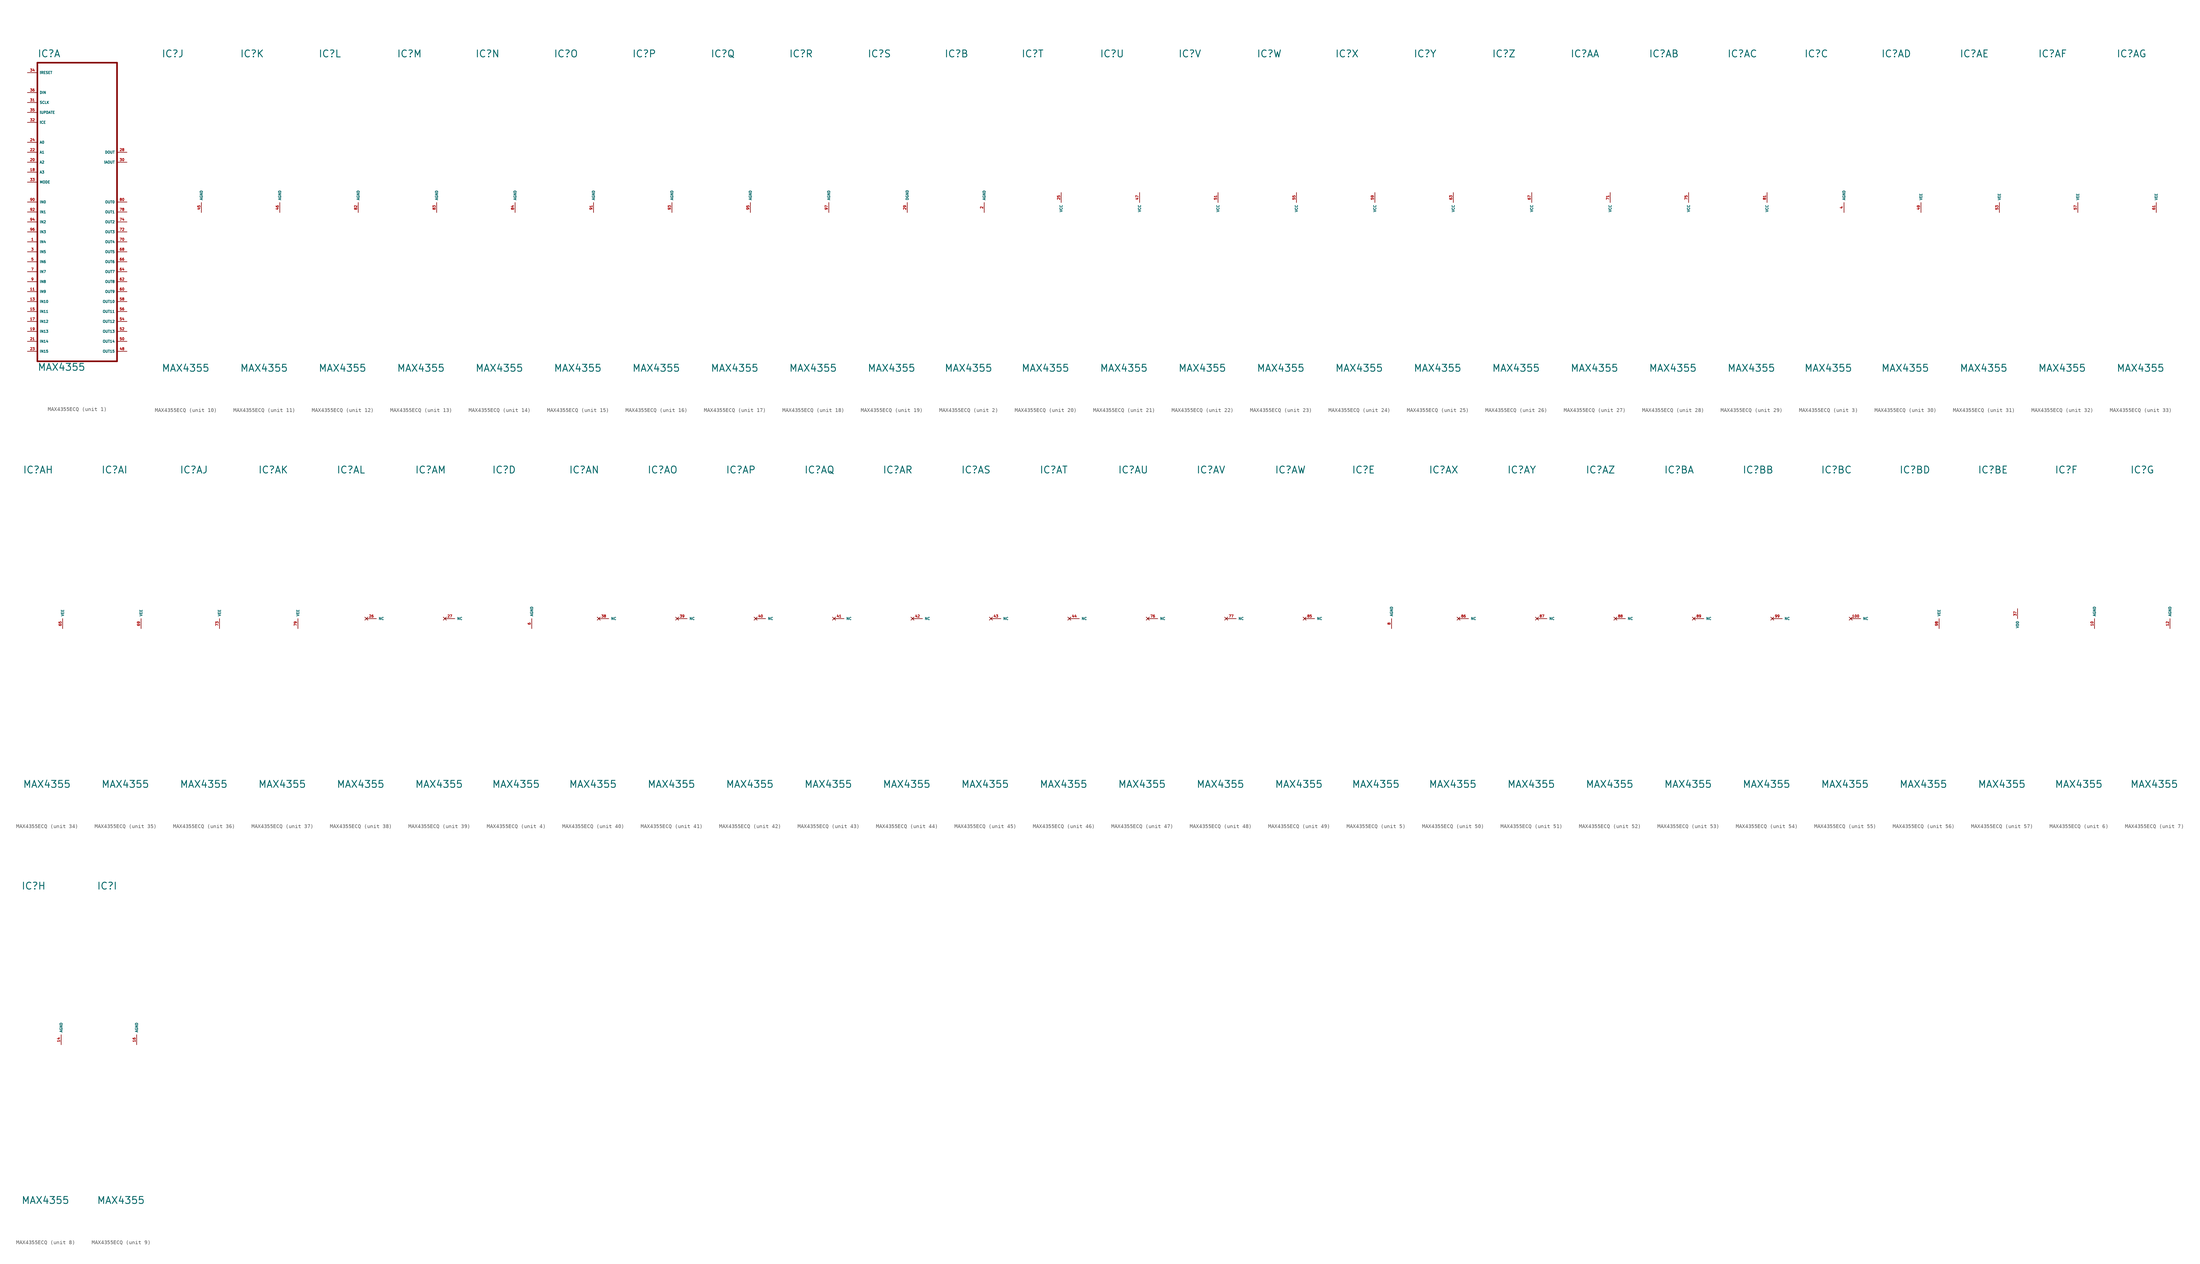
<source format=kicad_sym>
(kicad_symbol_lib
  (version 20220914)
  (generator Eagle2Kicad)
  (symbol "MAX4355ECQ"
    (property "Reference" "IC"
      (at -10.16 36.83 0)
      (effects (font (size 1.778 1.778) (thickness 0.22)) (justify left bottom)))
    (property "Value" "MAX4355"
      (at -10.16 -43.18 0)
      (effects (font (size 1.778 1.778) (thickness 0.22)) (justify left bottom)))
    (symbol "MAX4355ECQ_1_0"
      (polyline (pts (xy -10.16 35.56) (xy 10.16 35.56)) (stroke (width 0.406) (type default)) (fill (type none)))
      (polyline (pts (xy 10.16 35.56) (xy 10.16 -40.64)) (stroke (width 0.406) (type default)) (fill (type none)))
      (polyline (pts (xy 10.16 -40.64) (xy -10.16 -40.64)) (stroke (width 0.406) (type default)) (fill (type none)))
      (polyline (pts (xy -10.16 -40.64) (xy -10.16 35.56)) (stroke (width 0.406) (type default)) (fill (type none)))
      (pin input line (at -12.7 0 0) (length 2.54) (name "IN0" (effects (font (size 0.635 0.635) (thickness 0.08)) (justify left bottom))) (number "90" (effects (font (size 0.635 0.635) (thickness 0.08)) (justify left bottom))))
      (pin input line (at -12.7 -2.54 0) (length 2.54) (name "IN1" (effects (font (size 0.635 0.635) (thickness 0.08)) (justify left bottom))) (number "92" (effects (font (size 0.635 0.635) (thickness 0.08)) (justify left bottom))))
      (pin input line (at -12.7 -5.08 0) (length 2.54) (name "IN2" (effects (font (size 0.635 0.635) (thickness 0.08)) (justify left bottom))) (number "94" (effects (font (size 0.635 0.635) (thickness 0.08)) (justify left bottom))))
      (pin input line (at -12.7 -7.62 0) (length 2.54) (name "IN3" (effects (font (size 0.635 0.635) (thickness 0.08)) (justify left bottom))) (number "96" (effects (font (size 0.635 0.635) (thickness 0.08)) (justify left bottom))))
      (pin input line (at -12.7 -10.16 0) (length 2.54) (name "IN4" (effects (font (size 0.635 0.635) (thickness 0.08)) (justify left bottom))) (number "1" (effects (font (size 0.635 0.635) (thickness 0.08)) (justify left bottom))))
      (pin input line (at -12.7 -12.7 0) (length 2.54) (name "IN5" (effects (font (size 0.635 0.635) (thickness 0.08)) (justify left bottom))) (number "3" (effects (font (size 0.635 0.635) (thickness 0.08)) (justify left bottom))))
      (pin input line (at -12.7 -15.24 0) (length 2.54) (name "IN6" (effects (font (size 0.635 0.635) (thickness 0.08)) (justify left bottom))) (number "5" (effects (font (size 0.635 0.635) (thickness 0.08)) (justify left bottom))))
      (pin input line (at -12.7 -17.78 0) (length 2.54) (name "IN7" (effects (font (size 0.635 0.635) (thickness 0.08)) (justify left bottom))) (number "7" (effects (font (size 0.635 0.635) (thickness 0.08)) (justify left bottom))))
      (pin input line (at -12.7 -20.32 0) (length 2.54) (name "IN8" (effects (font (size 0.635 0.635) (thickness 0.08)) (justify left bottom))) (number "9" (effects (font (size 0.635 0.635) (thickness 0.08)) (justify left bottom))))
      (pin input line (at -12.7 -22.86 0) (length 2.54) (name "IN9" (effects (font (size 0.635 0.635) (thickness 0.08)) (justify left bottom))) (number "11" (effects (font (size 0.635 0.635) (thickness 0.08)) (justify left bottom))))
      (pin input line (at -12.7 -25.4 0) (length 2.54) (name "IN10" (effects (font (size 0.635 0.635) (thickness 0.08)) (justify left bottom))) (number "13" (effects (font (size 0.635 0.635) (thickness 0.08)) (justify left bottom))))
      (pin input line (at -12.7 -27.94 0) (length 2.54) (name "IN11" (effects (font (size 0.635 0.635) (thickness 0.08)) (justify left bottom))) (number "15" (effects (font (size 0.635 0.635) (thickness 0.08)) (justify left bottom))))
      (pin input line (at -12.7 -30.48 0) (length 2.54) (name "IN12" (effects (font (size 0.635 0.635) (thickness 0.08)) (justify left bottom))) (number "17" (effects (font (size 0.635 0.635) (thickness 0.08)) (justify left bottom))))
      (pin input line (at -12.7 -33.02 0) (length 2.54) (name "IN13" (effects (font (size 0.635 0.635) (thickness 0.08)) (justify left bottom))) (number "19" (effects (font (size 0.635 0.635) (thickness 0.08)) (justify left bottom))))
      (pin input line (at -12.7 -35.56 0) (length 2.54) (name "IN14" (effects (font (size 0.635 0.635) (thickness 0.08)) (justify left bottom))) (number "21" (effects (font (size 0.635 0.635) (thickness 0.08)) (justify left bottom))))
      (pin input line (at -12.7 -38.1 0) (length 2.54) (name "IN15" (effects (font (size 0.635 0.635) (thickness 0.08)) (justify left bottom))) (number "23" (effects (font (size 0.635 0.635) (thickness 0.08)) (justify left bottom))))
      (pin output line (at 12.7 0 180) (length 2.54) (name "OUT0" (effects (font (size 0.635 0.635) (thickness 0.08)) (justify left bottom))) (number "80" (effects (font (size 0.635 0.635) (thickness 0.08)) (justify left bottom))))
      (pin output line (at 12.7 -2.54 180) (length 2.54) (name "OUT1" (effects (font (size 0.635 0.635) (thickness 0.08)) (justify left bottom))) (number "78" (effects (font (size 0.635 0.635) (thickness 0.08)) (justify left bottom))))
      (pin output line (at 12.7 -5.08 180) (length 2.54) (name "OUT2" (effects (font (size 0.635 0.635) (thickness 0.08)) (justify left bottom))) (number "74" (effects (font (size 0.635 0.635) (thickness 0.08)) (justify left bottom))))
      (pin output line (at 12.7 -7.62 180) (length 2.54) (name "OUT3" (effects (font (size 0.635 0.635) (thickness 0.08)) (justify left bottom))) (number "72" (effects (font (size 0.635 0.635) (thickness 0.08)) (justify left bottom))))
      (pin output line (at 12.7 -10.16 180) (length 2.54) (name "OUT4" (effects (font (size 0.635 0.635) (thickness 0.08)) (justify left bottom))) (number "70" (effects (font (size 0.635 0.635) (thickness 0.08)) (justify left bottom))))
      (pin output line (at 12.7 -12.7 180) (length 2.54) (name "OUT5" (effects (font (size 0.635 0.635) (thickness 0.08)) (justify left bottom))) (number "68" (effects (font (size 0.635 0.635) (thickness 0.08)) (justify left bottom))))
      (pin output line (at 12.7 -15.24 180) (length 2.54) (name "OUT6" (effects (font (size 0.635 0.635) (thickness 0.08)) (justify left bottom))) (number "66" (effects (font (size 0.635 0.635) (thickness 0.08)) (justify left bottom))))
      (pin output line (at 12.7 -17.78 180) (length 2.54) (name "OUT7" (effects (font (size 0.635 0.635) (thickness 0.08)) (justify left bottom))) (number "64" (effects (font (size 0.635 0.635) (thickness 0.08)) (justify left bottom))))
      (pin output line (at 12.7 -20.32 180) (length 2.54) (name "OUT8" (effects (font (size 0.635 0.635) (thickness 0.08)) (justify left bottom))) (number "62" (effects (font (size 0.635 0.635) (thickness 0.08)) (justify left bottom))))
      (pin output line (at 12.7 -22.86 180) (length 2.54) (name "OUT9" (effects (font (size 0.635 0.635) (thickness 0.08)) (justify left bottom))) (number "60" (effects (font (size 0.635 0.635) (thickness 0.08)) (justify left bottom))))
      (pin output line (at 12.7 -25.4 180) (length 2.54) (name "OUT10" (effects (font (size 0.635 0.635) (thickness 0.08)) (justify left bottom))) (number "58" (effects (font (size 0.635 0.635) (thickness 0.08)) (justify left bottom))))
      (pin output line (at 12.7 -27.94 180) (length 2.54) (name "OUT11" (effects (font (size 0.635 0.635) (thickness 0.08)) (justify left bottom))) (number "56" (effects (font (size 0.635 0.635) (thickness 0.08)) (justify left bottom))))
      (pin output line (at 12.7 -30.48 180) (length 2.54) (name "OUT12" (effects (font (size 0.635 0.635) (thickness 0.08)) (justify left bottom))) (number "54" (effects (font (size 0.635 0.635) (thickness 0.08)) (justify left bottom))))
      (pin output line (at 12.7 -33.02 180) (length 2.54) (name "OUT13" (effects (font (size 0.635 0.635) (thickness 0.08)) (justify left bottom))) (number "52" (effects (font (size 0.635 0.635) (thickness 0.08)) (justify left bottom))))
      (pin output line (at 12.7 -35.56 180) (length 2.54) (name "OUT14" (effects (font (size 0.635 0.635) (thickness 0.08)) (justify left bottom))) (number "50" (effects (font (size 0.635 0.635) (thickness 0.08)) (justify left bottom))))
      (pin output line (at 12.7 -38.1 180) (length 2.54) (name "OUT15" (effects (font (size 0.635 0.635) (thickness 0.08)) (justify left bottom))) (number "48" (effects (font (size 0.635 0.635) (thickness 0.08)) (justify left bottom))))
      (pin input line (at -12.7 33.02 0) (length 2.54) (name "!RESET" (effects (font (size 0.635 0.635) (thickness 0.08)) (justify left bottom))) (number "34" (effects (font (size 0.635 0.635) (thickness 0.08)) (justify left bottom))))
      (pin input line (at -12.7 27.94 0) (length 2.54) (name "DIN" (effects (font (size 0.635 0.635) (thickness 0.08)) (justify left bottom))) (number "36" (effects (font (size 0.635 0.635) (thickness 0.08)) (justify left bottom))))
      (pin input line (at -12.7 25.4 0) (length 2.54) (name "SCLK" (effects (font (size 0.635 0.635) (thickness 0.08)) (justify left bottom))) (number "31" (effects (font (size 0.635 0.635) (thickness 0.08)) (justify left bottom))))
      (pin input line (at -12.7 22.86 0) (length 2.54) (name "!UPDATE" (effects (font (size 0.635 0.635) (thickness 0.08)) (justify left bottom))) (number "35" (effects (font (size 0.635 0.635) (thickness 0.08)) (justify left bottom))))
      (pin input line (at -12.7 20.32 0) (length 2.54) (name "!CE" (effects (font (size 0.635 0.635) (thickness 0.08)) (justify left bottom))) (number "32" (effects (font (size 0.635 0.635) (thickness 0.08)) (justify left bottom))))
      (pin input line (at -12.7 15.24 0) (length 2.54) (name "A0" (effects (font (size 0.635 0.635) (thickness 0.08)) (justify left bottom))) (number "24" (effects (font (size 0.635 0.635) (thickness 0.08)) (justify left bottom))))
      (pin input line (at -12.7 12.7 0) (length 2.54) (name "A1" (effects (font (size 0.635 0.635) (thickness 0.08)) (justify left bottom))) (number "22" (effects (font (size 0.635 0.635) (thickness 0.08)) (justify left bottom))))
      (pin input line (at -12.7 10.16 0) (length 2.54) (name "A2" (effects (font (size 0.635 0.635) (thickness 0.08)) (justify left bottom))) (number "20" (effects (font (size 0.635 0.635) (thickness 0.08)) (justify left bottom))))
      (pin input line (at -12.7 7.62 0) (length 2.54) (name "A3" (effects (font (size 0.635 0.635) (thickness 0.08)) (justify left bottom))) (number "18" (effects (font (size 0.635 0.635) (thickness 0.08)) (justify left bottom))))
      (pin input line (at -12.7 5.08 0) (length 2.54) (name "MODE" (effects (font (size 0.635 0.635) (thickness 0.08)) (justify left bottom))) (number "33" (effects (font (size 0.635 0.635) (thickness 0.08)) (justify left bottom))))
      (pin output line (at 12.7 12.7 180) (length 2.54) (name "DOUT" (effects (font (size 0.635 0.635) (thickness 0.08)) (justify left bottom))) (number "28" (effects (font (size 0.635 0.635) (thickness 0.08)) (justify left bottom))))
      (pin output line (at 12.7 10.16 180) (length 2.54) (name "!AOUT" (effects (font (size 0.635 0.635) (thickness 0.08)) (justify left bottom))) (number "30" (effects (font (size 0.635 0.635) (thickness 0.08)) (justify left bottom)))))
    (symbol "MAX4355ECQ_2_0"
      (pin unspecified line (at 0 -2.54 90) (length 2.54) (name "AGND" (effects (font (size 0.635 0.635) (thickness 0.08)) (justify left bottom))) (number "2" (effects (font (size 0.635 0.635) (thickness 0.08)) (justify left bottom)))))
    (symbol "MAX4355ECQ_3_0"
      (pin unspecified line (at 0 -2.54 90) (length 2.54) (name "AGND" (effects (font (size 0.635 0.635) (thickness 0.08)) (justify left bottom))) (number "4" (effects (font (size 0.635 0.635) (thickness 0.08)) (justify left bottom)))))
    (symbol "MAX4355ECQ_4_0"
      (pin unspecified line (at 0 -2.54 90) (length 2.54) (name "AGND" (effects (font (size 0.635 0.635) (thickness 0.08)) (justify left bottom))) (number "6" (effects (font (size 0.635 0.635) (thickness 0.08)) (justify left bottom)))))
    (symbol "MAX4355ECQ_5_0"
      (pin unspecified line (at 0 -2.54 90) (length 2.54) (name "AGND" (effects (font (size 0.635 0.635) (thickness 0.08)) (justify left bottom))) (number "8" (effects (font (size 0.635 0.635) (thickness 0.08)) (justify left bottom)))))
    (symbol "MAX4355ECQ_6_0"
      (pin unspecified line (at 0 -2.54 90) (length 2.54) (name "AGND" (effects (font (size 0.635 0.635) (thickness 0.08)) (justify left bottom))) (number "10" (effects (font (size 0.635 0.635) (thickness 0.08)) (justify left bottom)))))
    (symbol "MAX4355ECQ_7_0"
      (pin unspecified line (at 0 -2.54 90) (length 2.54) (name "AGND" (effects (font (size 0.635 0.635) (thickness 0.08)) (justify left bottom))) (number "12" (effects (font (size 0.635 0.635) (thickness 0.08)) (justify left bottom)))))
    (symbol "MAX4355ECQ_8_0"
      (pin unspecified line (at 0 -2.54 90) (length 2.54) (name "AGND" (effects (font (size 0.635 0.635) (thickness 0.08)) (justify left bottom))) (number "14" (effects (font (size 0.635 0.635) (thickness 0.08)) (justify left bottom)))))
    (symbol "MAX4355ECQ_9_0"
      (pin unspecified line (at 0 -2.54 90) (length 2.54) (name "AGND" (effects (font (size 0.635 0.635) (thickness 0.08)) (justify left bottom))) (number "16" (effects (font (size 0.635 0.635) (thickness 0.08)) (justify left bottom)))))
    (symbol "MAX4355ECQ_10_0"
      (pin unspecified line (at 0 -2.54 90) (length 2.54) (name "AGND" (effects (font (size 0.635 0.635) (thickness 0.08)) (justify left bottom))) (number "45" (effects (font (size 0.635 0.635) (thickness 0.08)) (justify left bottom)))))
    (symbol "MAX4355ECQ_11_0"
      (pin unspecified line (at 0 -2.54 90) (length 2.54) (name "AGND" (effects (font (size 0.635 0.635) (thickness 0.08)) (justify left bottom))) (number "46" (effects (font (size 0.635 0.635) (thickness 0.08)) (justify left bottom)))))
    (symbol "MAX4355ECQ_12_0"
      (pin unspecified line (at 0 -2.54 90) (length 2.54) (name "AGND" (effects (font (size 0.635 0.635) (thickness 0.08)) (justify left bottom))) (number "82" (effects (font (size 0.635 0.635) (thickness 0.08)) (justify left bottom)))))
    (symbol "MAX4355ECQ_13_0"
      (pin unspecified line (at 0 -2.54 90) (length 2.54) (name "AGND" (effects (font (size 0.635 0.635) (thickness 0.08)) (justify left bottom))) (number "83" (effects (font (size 0.635 0.635) (thickness 0.08)) (justify left bottom)))))
    (symbol "MAX4355ECQ_14_0"
      (pin unspecified line (at 0 -2.54 90) (length 2.54) (name "AGND" (effects (font (size 0.635 0.635) (thickness 0.08)) (justify left bottom))) (number "84" (effects (font (size 0.635 0.635) (thickness 0.08)) (justify left bottom)))))
    (symbol "MAX4355ECQ_15_0"
      (pin unspecified line (at 0 -2.54 90) (length 2.54) (name "AGND" (effects (font (size 0.635 0.635) (thickness 0.08)) (justify left bottom))) (number "91" (effects (font (size 0.635 0.635) (thickness 0.08)) (justify left bottom)))))
    (symbol "MAX4355ECQ_16_0"
      (pin unspecified line (at 0 -2.54 90) (length 2.54) (name "AGND" (effects (font (size 0.635 0.635) (thickness 0.08)) (justify left bottom))) (number "93" (effects (font (size 0.635 0.635) (thickness 0.08)) (justify left bottom)))))
    (symbol "MAX4355ECQ_17_0"
      (pin unspecified line (at 0 -2.54 90) (length 2.54) (name "AGND" (effects (font (size 0.635 0.635) (thickness 0.08)) (justify left bottom))) (number "95" (effects (font (size 0.635 0.635) (thickness 0.08)) (justify left bottom)))))
    (symbol "MAX4355ECQ_18_0"
      (pin unspecified line (at 0 -2.54 90) (length 2.54) (name "AGND" (effects (font (size 0.635 0.635) (thickness 0.08)) (justify left bottom))) (number "97" (effects (font (size 0.635 0.635) (thickness 0.08)) (justify left bottom)))))
    (symbol "MAX4355ECQ_19_0"
      (pin unspecified line (at 0 -2.54 90) (length 2.54) (name "DGND" (effects (font (size 0.635 0.635) (thickness 0.08)) (justify left bottom))) (number "29" (effects (font (size 0.635 0.635) (thickness 0.08)) (justify left bottom)))))
    (symbol "MAX4355ECQ_20_0"
      (pin unspecified line (at 0 2.54 270) (length 2.54) (name "VCC" (effects (font (size 0.635 0.635) (thickness 0.08)) (justify left bottom))) (number "25" (effects (font (size 0.635 0.635) (thickness 0.08)) (justify left bottom)))))
    (symbol "MAX4355ECQ_21_0"
      (pin unspecified line (at 0 2.54 270) (length 2.54) (name "VCC" (effects (font (size 0.635 0.635) (thickness 0.08)) (justify left bottom))) (number "47" (effects (font (size 0.635 0.635) (thickness 0.08)) (justify left bottom)))))
    (symbol "MAX4355ECQ_22_0"
      (pin unspecified line (at 0 2.54 270) (length 2.54) (name "VCC" (effects (font (size 0.635 0.635) (thickness 0.08)) (justify left bottom))) (number "51" (effects (font (size 0.635 0.635) (thickness 0.08)) (justify left bottom)))))
    (symbol "MAX4355ECQ_23_0"
      (pin unspecified line (at 0 2.54 270) (length 2.54) (name "VCC" (effects (font (size 0.635 0.635) (thickness 0.08)) (justify left bottom))) (number "55" (effects (font (size 0.635 0.635) (thickness 0.08)) (justify left bottom)))))
    (symbol "MAX4355ECQ_24_0"
      (pin unspecified line (at 0 2.54 270) (length 2.54) (name "VCC" (effects (font (size 0.635 0.635) (thickness 0.08)) (justify left bottom))) (number "59" (effects (font (size 0.635 0.635) (thickness 0.08)) (justify left bottom)))))
    (symbol "MAX4355ECQ_25_0"
      (pin unspecified line (at 0 2.54 270) (length 2.54) (name "VCC" (effects (font (size 0.635 0.635) (thickness 0.08)) (justify left bottom))) (number "63" (effects (font (size 0.635 0.635) (thickness 0.08)) (justify left bottom)))))
    (symbol "MAX4355ECQ_26_0"
      (pin unspecified line (at 0 2.54 270) (length 2.54) (name "VCC" (effects (font (size 0.635 0.635) (thickness 0.08)) (justify left bottom))) (number "67" (effects (font (size 0.635 0.635) (thickness 0.08)) (justify left bottom)))))
    (symbol "MAX4355ECQ_27_0"
      (pin unspecified line (at 0 2.54 270) (length 2.54) (name "VCC" (effects (font (size 0.635 0.635) (thickness 0.08)) (justify left bottom))) (number "71" (effects (font (size 0.635 0.635) (thickness 0.08)) (justify left bottom)))))
    (symbol "MAX4355ECQ_28_0"
      (pin unspecified line (at 0 2.54 270) (length 2.54) (name "VCC" (effects (font (size 0.635 0.635) (thickness 0.08)) (justify left bottom))) (number "75" (effects (font (size 0.635 0.635) (thickness 0.08)) (justify left bottom)))))
    (symbol "MAX4355ECQ_29_0"
      (pin unspecified line (at 0 2.54 270) (length 2.54) (name "VCC" (effects (font (size 0.635 0.635) (thickness 0.08)) (justify left bottom))) (number "81" (effects (font (size 0.635 0.635) (thickness 0.08)) (justify left bottom)))))
    (symbol "MAX4355ECQ_30_0"
      (pin unspecified line (at 0 -2.54 90) (length 2.54) (name "VEE" (effects (font (size 0.635 0.635) (thickness 0.08)) (justify left bottom))) (number "49" (effects (font (size 0.635 0.635) (thickness 0.08)) (justify left bottom)))))
    (symbol "MAX4355ECQ_31_0"
      (pin unspecified line (at 0 -2.54 90) (length 2.54) (name "VEE" (effects (font (size 0.635 0.635) (thickness 0.08)) (justify left bottom))) (number "53" (effects (font (size 0.635 0.635) (thickness 0.08)) (justify left bottom)))))
    (symbol "MAX4355ECQ_32_0"
      (pin unspecified line (at 0 -2.54 90) (length 2.54) (name "VEE" (effects (font (size 0.635 0.635) (thickness 0.08)) (justify left bottom))) (number "57" (effects (font (size 0.635 0.635) (thickness 0.08)) (justify left bottom)))))
    (symbol "MAX4355ECQ_33_0"
      (pin unspecified line (at 0 -2.54 90) (length 2.54) (name "VEE" (effects (font (size 0.635 0.635) (thickness 0.08)) (justify left bottom))) (number "61" (effects (font (size 0.635 0.635) (thickness 0.08)) (justify left bottom)))))
    (symbol "MAX4355ECQ_34_0"
      (pin unspecified line (at 0 -2.54 90) (length 2.54) (name "VEE" (effects (font (size 0.635 0.635) (thickness 0.08)) (justify left bottom))) (number "65" (effects (font (size 0.635 0.635) (thickness 0.08)) (justify left bottom)))))
    (symbol "MAX4355ECQ_35_0"
      (pin unspecified line (at 0 -2.54 90) (length 2.54) (name "VEE" (effects (font (size 0.635 0.635) (thickness 0.08)) (justify left bottom))) (number "69" (effects (font (size 0.635 0.635) (thickness 0.08)) (justify left bottom)))))
    (symbol "MAX4355ECQ_36_0"
      (pin unspecified line (at 0 -2.54 90) (length 2.54) (name "VEE" (effects (font (size 0.635 0.635) (thickness 0.08)) (justify left bottom))) (number "73" (effects (font (size 0.635 0.635) (thickness 0.08)) (justify left bottom)))))
    (symbol "MAX4355ECQ_37_0"
      (pin unspecified line (at 0 -2.54 90) (length 2.54) (name "VEE" (effects (font (size 0.635 0.635) (thickness 0.08)) (justify left bottom))) (number "79" (effects (font (size 0.635 0.635) (thickness 0.08)) (justify left bottom)))))
    (symbol "MAX4355ECQ_38_0"
      (pin no_connect line (at -2.54 0 0) (length 2.54) (name "NC" (effects (font (size 0.635 0.635) (thickness 0.08)) (justify left bottom) hide)) (number "26" (effects (font (size 0.635 0.635) (thickness 0.08)) (justify left bottom) hide))))
    (symbol "MAX4355ECQ_39_0"
      (pin no_connect line (at -2.54 0 0) (length 2.54) (name "NC" (effects (font (size 0.635 0.635) (thickness 0.08)) (justify left bottom) hide)) (number "27" (effects (font (size 0.635 0.635) (thickness 0.08)) (justify left bottom) hide))))
    (symbol "MAX4355ECQ_40_0"
      (pin no_connect line (at -2.54 0 0) (length 2.54) (name "NC" (effects (font (size 0.635 0.635) (thickness 0.08)) (justify left bottom) hide)) (number "38" (effects (font (size 0.635 0.635) (thickness 0.08)) (justify left bottom) hide))))
    (symbol "MAX4355ECQ_41_0"
      (pin no_connect line (at -2.54 0 0) (length 2.54) (name "NC" (effects (font (size 0.635 0.635) (thickness 0.08)) (justify left bottom) hide)) (number "39" (effects (font (size 0.635 0.635) (thickness 0.08)) (justify left bottom) hide))))
    (symbol "MAX4355ECQ_42_0"
      (pin no_connect line (at -2.54 0 0) (length 2.54) (name "NC" (effects (font (size 0.635 0.635) (thickness 0.08)) (justify left bottom) hide)) (number "40" (effects (font (size 0.635 0.635) (thickness 0.08)) (justify left bottom) hide))))
    (symbol "MAX4355ECQ_43_0"
      (pin no_connect line (at -2.54 0 0) (length 2.54) (name "NC" (effects (font (size 0.635 0.635) (thickness 0.08)) (justify left bottom) hide)) (number "41" (effects (font (size 0.635 0.635) (thickness 0.08)) (justify left bottom) hide))))
    (symbol "MAX4355ECQ_44_0"
      (pin no_connect line (at -2.54 0 0) (length 2.54) (name "NC" (effects (font (size 0.635 0.635) (thickness 0.08)) (justify left bottom) hide)) (number "42" (effects (font (size 0.635 0.635) (thickness 0.08)) (justify left bottom) hide))))
    (symbol "MAX4355ECQ_45_0"
      (pin no_connect line (at -2.54 0 0) (length 2.54) (name "NC" (effects (font (size 0.635 0.635) (thickness 0.08)) (justify left bottom) hide)) (number "43" (effects (font (size 0.635 0.635) (thickness 0.08)) (justify left bottom) hide))))
    (symbol "MAX4355ECQ_46_0"
      (pin no_connect line (at -2.54 0 0) (length 2.54) (name "NC" (effects (font (size 0.635 0.635) (thickness 0.08)) (justify left bottom) hide)) (number "44" (effects (font (size 0.635 0.635) (thickness 0.08)) (justify left bottom) hide))))
    (symbol "MAX4355ECQ_47_0"
      (pin no_connect line (at -2.54 0 0) (length 2.54) (name "NC" (effects (font (size 0.635 0.635) (thickness 0.08)) (justify left bottom) hide)) (number "76" (effects (font (size 0.635 0.635) (thickness 0.08)) (justify left bottom) hide))))
    (symbol "MAX4355ECQ_48_0"
      (pin no_connect line (at -2.54 0 0) (length 2.54) (name "NC" (effects (font (size 0.635 0.635) (thickness 0.08)) (justify left bottom) hide)) (number "77" (effects (font (size 0.635 0.635) (thickness 0.08)) (justify left bottom) hide))))
    (symbol "MAX4355ECQ_49_0"
      (pin no_connect line (at -2.54 0 0) (length 2.54) (name "NC" (effects (font (size 0.635 0.635) (thickness 0.08)) (justify left bottom) hide)) (number "85" (effects (font (size 0.635 0.635) (thickness 0.08)) (justify left bottom) hide))))
    (symbol "MAX4355ECQ_50_0"
      (pin no_connect line (at -2.54 0 0) (length 2.54) (name "NC" (effects (font (size 0.635 0.635) (thickness 0.08)) (justify left bottom) hide)) (number "86" (effects (font (size 0.635 0.635) (thickness 0.08)) (justify left bottom) hide))))
    (symbol "MAX4355ECQ_51_0"
      (pin no_connect line (at -2.54 0 0) (length 2.54) (name "NC" (effects (font (size 0.635 0.635) (thickness 0.08)) (justify left bottom) hide)) (number "87" (effects (font (size 0.635 0.635) (thickness 0.08)) (justify left bottom) hide))))
    (symbol "MAX4355ECQ_52_0"
      (pin no_connect line (at -2.54 0 0) (length 2.54) (name "NC" (effects (font (size 0.635 0.635) (thickness 0.08)) (justify left bottom) hide)) (number "88" (effects (font (size 0.635 0.635) (thickness 0.08)) (justify left bottom) hide))))
    (symbol "MAX4355ECQ_53_0"
      (pin no_connect line (at -2.54 0 0) (length 2.54) (name "NC" (effects (font (size 0.635 0.635) (thickness 0.08)) (justify left bottom) hide)) (number "89" (effects (font (size 0.635 0.635) (thickness 0.08)) (justify left bottom) hide))))
    (symbol "MAX4355ECQ_54_0"
      (pin no_connect line (at -2.54 0 0) (length 2.54) (name "NC" (effects (font (size 0.635 0.635) (thickness 0.08)) (justify left bottom) hide)) (number "99" (effects (font (size 0.635 0.635) (thickness 0.08)) (justify left bottom) hide))))
    (symbol "MAX4355ECQ_55_0"
      (pin no_connect line (at -2.54 0 0) (length 2.54) (name "NC" (effects (font (size 0.635 0.635) (thickness 0.08)) (justify left bottom) hide)) (number "100" (effects (font (size 0.635 0.635) (thickness 0.08)) (justify left bottom) hide))))
    (symbol "MAX4355ECQ_56_0"
      (pin unspecified line (at 0 -2.54 90) (length 2.54) (name "VEE" (effects (font (size 0.635 0.635) (thickness 0.08)) (justify left bottom))) (number "98" (effects (font (size 0.635 0.635) (thickness 0.08)) (justify left bottom)))))
    (symbol "MAX4355ECQ_57_0"
      (pin unspecified line (at 0 2.54 270) (length 2.54) (name "VDD" (effects (font (size 0.635 0.635) (thickness 0.08)) (justify left bottom))) (number "37" (effects (font (size 0.635 0.635) (thickness 0.08)) (justify left bottom)))))))
</source>
